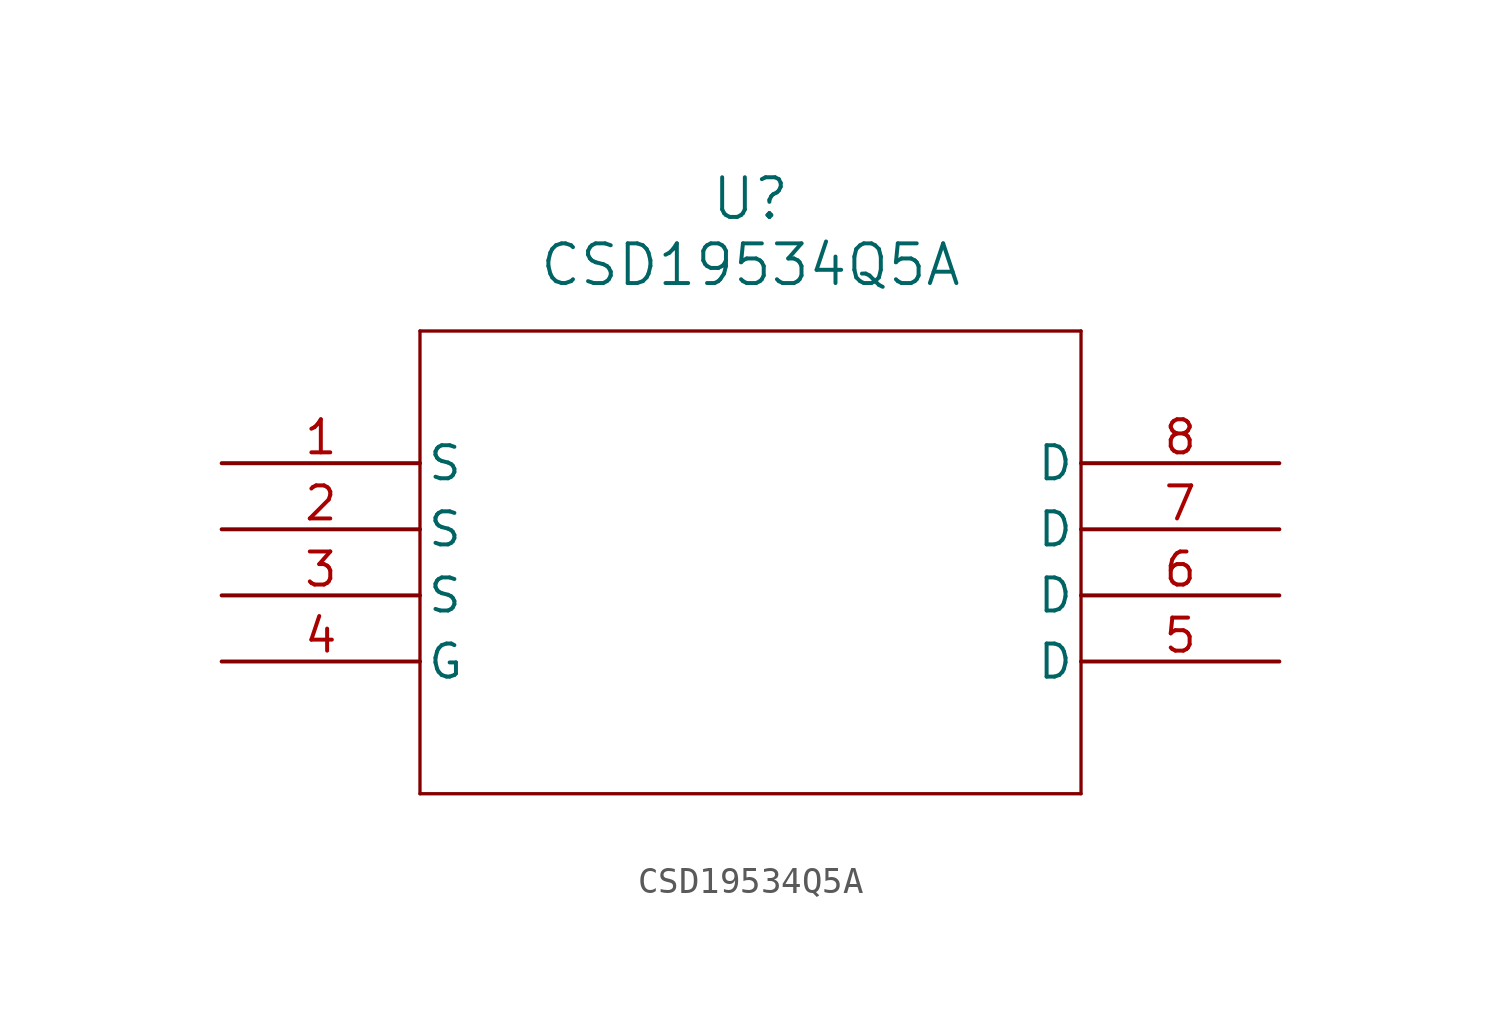
<source format=kicad_sym>
(kicad_symbol_lib
  (version 20211014)
  (generator kicad_symbol_editor)
  (symbol "CSD19534Q5A"
    (pin_names
      (offset 0.254))
    (property "Reference" "U"
      (at 20.32 10.16 0)
      (effects (font (size 1.524 1.524))))
    (property "Value" "CSD19534Q5A"
      (at 20.32 7.62 0)
      (effects (font (size 1.524 1.524))))
    (symbol "CSD19534Q5A_0_1"
      (polyline (pts (xy 7.62 5.08) (xy 7.62 -12.7)) (stroke (width 0.127) (type default) (color 0 0 0 0)) (fill (type none)))
      (polyline (pts (xy 7.62 -12.7) (xy 33.02 -12.7)) (stroke (width 0.127) (type default) (color 0 0 0 0)) (fill (type none)))
      (polyline (pts (xy 33.02 -12.7) (xy 33.02 5.08)) (stroke (width 0.127) (type default) (color 0 0 0 0)) (fill (type none)))
      (polyline (pts (xy 33.02 5.08) (xy 7.62 5.08)) (stroke (width 0.127) (type default) (color 0 0 0 0)) (fill (type none)))
      (pin unspecified line (at 0 0 0) (length 7.62) (name "S" (effects (font (size 1.27 1.27)))) (number "1" (effects (font (size 1.27 1.27)))))
      (pin unspecified line (at 0 -2.54 0) (length 7.62) (name "S" (effects (font (size 1.27 1.27)))) (number "2" (effects (font (size 1.27 1.27)))))
      (pin unspecified line (at 0 -5.08 0) (length 7.62) (name "S" (effects (font (size 1.27 1.27)))) (number "3" (effects (font (size 1.27 1.27)))))
      (pin unspecified line (at 0 -7.62 0) (length 7.62) (name "G" (effects (font (size 1.27 1.27)))) (number "4" (effects (font (size 1.27 1.27)))))
      (pin unspecified line (at 40.64 -7.62 180) (length 7.62) (name "D" (effects (font (size 1.27 1.27)))) (number "5" (effects (font (size 1.27 1.27)))))
      (pin unspecified line (at 40.64 -5.08 180) (length 7.62) (name "D" (effects (font (size 1.27 1.27)))) (number "6" (effects (font (size 1.27 1.27)))))
      (pin unspecified line (at 40.64 -2.54 180) (length 7.62) (name "D" (effects (font (size 1.27 1.27)))) (number "7" (effects (font (size 1.27 1.27)))))
      (pin unspecified line (at 40.64 0 180) (length 7.62) (name "D" (effects (font (size 1.27 1.27)))) (number "8" (effects (font (size 1.27 1.27))))))))
</source>
